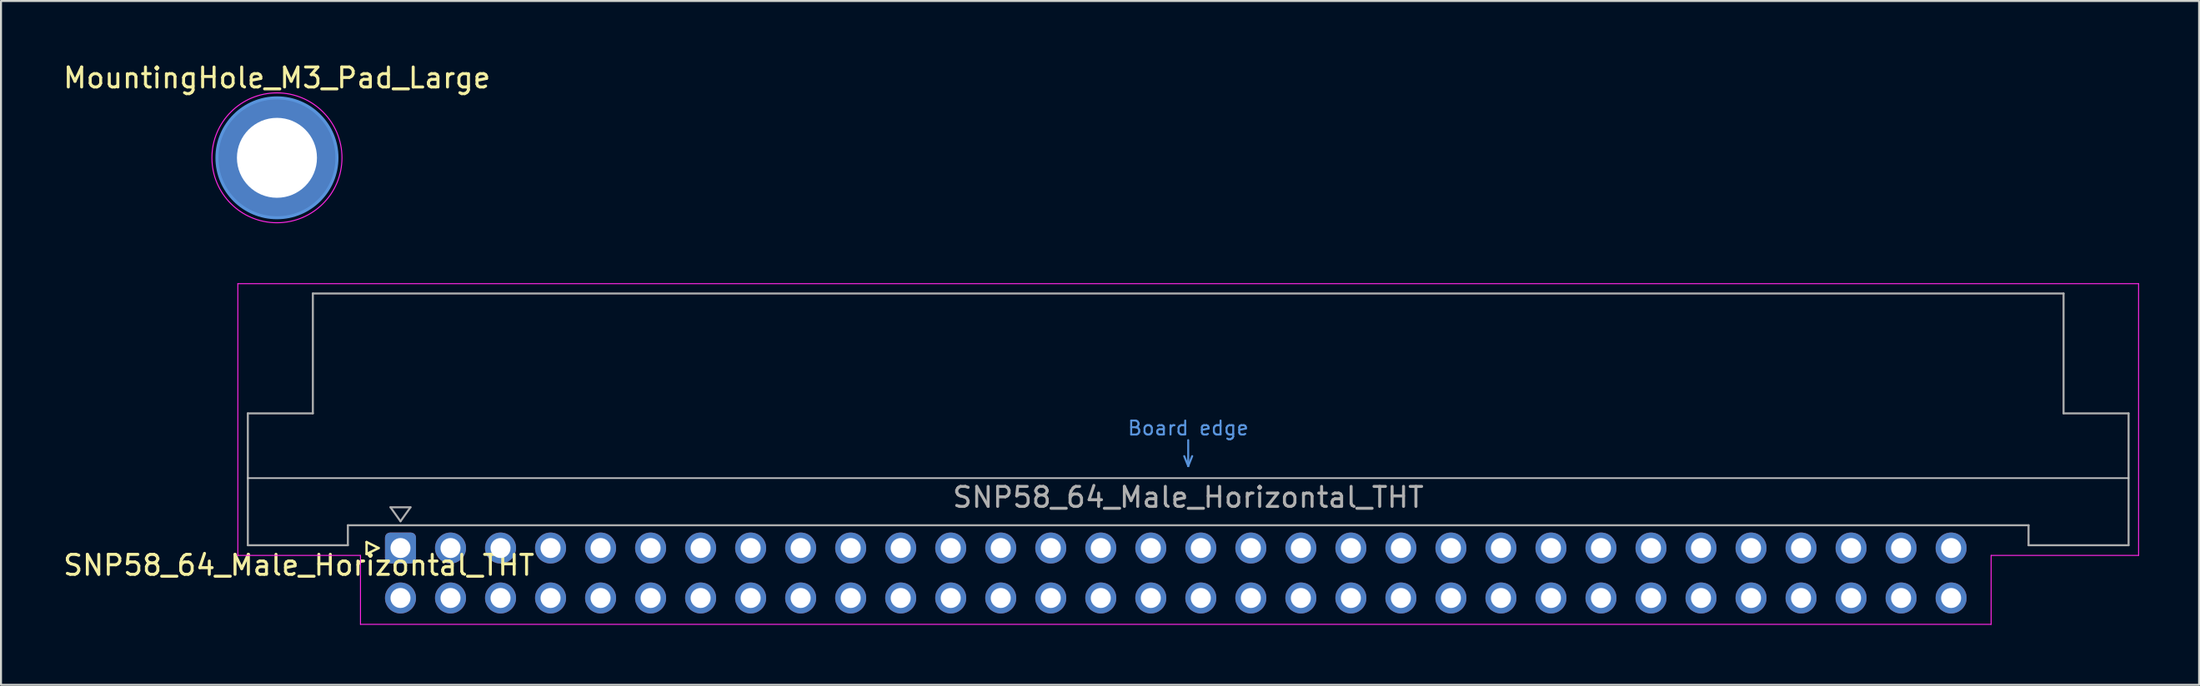
<source format=kicad_pcb>
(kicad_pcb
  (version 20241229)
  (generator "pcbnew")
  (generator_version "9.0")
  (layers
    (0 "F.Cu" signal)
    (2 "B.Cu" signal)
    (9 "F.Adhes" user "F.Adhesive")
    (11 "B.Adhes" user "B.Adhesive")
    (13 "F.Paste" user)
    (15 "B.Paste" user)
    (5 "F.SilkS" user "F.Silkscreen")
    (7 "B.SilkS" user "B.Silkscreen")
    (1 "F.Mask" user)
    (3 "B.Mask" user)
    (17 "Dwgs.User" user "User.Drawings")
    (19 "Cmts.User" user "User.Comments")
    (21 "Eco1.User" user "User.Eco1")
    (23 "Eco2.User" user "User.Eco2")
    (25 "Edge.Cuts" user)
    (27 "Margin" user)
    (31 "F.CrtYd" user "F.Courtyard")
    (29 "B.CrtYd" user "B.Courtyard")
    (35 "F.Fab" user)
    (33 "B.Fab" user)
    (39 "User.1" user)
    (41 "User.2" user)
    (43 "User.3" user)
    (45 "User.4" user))
  (footprint "MountingHole_M3_Pad_Large"
    (layer "F.Cu")
    (at 10.792 4.848)
    (property "Reference" "MountingHole_M3_Pad_Large" (at 0 -4 0) (layer "F.SilkS") (effects (font (size 1 1) (thickness 0.15))))
    (attr exclude_from_pos_files exclude_from_bom)
    (fp_circle (center 0 0) (end 3 0) (stroke (width 0.15) (type solid)) (fill no) (layer "Cmts.User"))
    (fp_circle (center 0 0) (end 3.25 0) (stroke (width 0.05) (type solid)) (fill no) (layer "F.CrtYd"))
    (pad "1" thru_hole circle (at 0 0) (size 6 6) (drill 4) (layers "*.Cu" "*.Mask")))
  (footprint "SNP58_64_Male_Horizontal_THT"
    (layer "F.Cu")
    (at 16.967 24.378)
    (property "Reference" "SNP58_64_Male_Horizontal_THT" (at -5.08 0.86 0) (layer "F.SilkS") (effects (font (size 1 1) (thickness 0.15))))
    (attr through_hole)
    (fp_line (start -1.695 -0.3) (end -1.695 0.3) (stroke (width 0.12) (type solid)) (layer "F.SilkS"))
    (fp_line (start -1.695 0.3) (end -1.095 0) (stroke (width 0.12) (type solid)) (layer "F.SilkS"))
    (fp_line (start -1.095 0) (end -1.695 -0.3) (stroke (width 0.12) (type solid)) (layer "F.SilkS"))
    (fp_line (start -7.63 -3.5) (end 86.37 -3.5) (stroke (width 0.08) (type solid)) (layer "Dwgs.User"))
    (fp_line (start 39.17 -4.6) (end 39.37 -4.1) (stroke (width 0.1) (type solid)) (layer "Cmts.User"))
    (fp_line (start 39.37 -4.1) (end 39.37 -5.4) (stroke (width 0.1) (type solid)) (layer "Cmts.User"))
    (fp_line (start 39.37 -4.1) (end 39.57 -4.6) (stroke (width 0.1) (type solid)) (layer "Cmts.User"))
    (fp_line (start -8.13 -13.23) (end -8.13 0.37) (stroke (width 0.05) (type solid)) (layer "F.CrtYd"))
    (fp_line (start -8.13 0.37) (end -2 0.37) (stroke (width 0.05) (type solid)) (layer "F.CrtYd"))
    (fp_line (start -2 0.37) (end -2 3.82) (stroke (width 0.05) (type solid)) (layer "F.CrtYd"))
    (fp_line (start -2 3.82) (end 79.5 3.82) (stroke (width 0.05) (type solid)) (layer "F.CrtYd"))
    (fp_line (start 79.5 0.37) (end 86.87 0.37) (stroke (width 0.05) (type solid)) (layer "F.CrtYd"))
    (fp_line (start 79.5 3.82) (end 79.5 0.37) (stroke (width 0.05) (type solid)) (layer "F.CrtYd"))
    (fp_line (start 86.87 -13.23) (end -8.13 -13.23) (stroke (width 0.05) (type solid)) (layer "F.CrtYd"))
    (fp_line (start 86.87 0.37) (end 86.87 -13.23) (stroke (width 0.05) (type solid)) (layer "F.CrtYd"))
    (fp_line (start -7.63 -6.74) (end -7.63 -0.14) (stroke (width 0.1) (type solid)) (layer "F.Fab"))
    (fp_line (start -7.63 -0.14) (end -2.63 -0.14) (stroke (width 0.1) (type solid)) (layer "F.Fab"))
    (fp_line (start -4.38 -12.74) (end -4.38 -6.74) (stroke (width 0.1) (type solid)) (layer "F.Fab"))
    (fp_line (start -4.38 -6.74) (end -7.63 -6.74) (stroke (width 0.1) (type solid)) (layer "F.Fab"))
    (fp_line (start -2.63 -1.14) (end 81.37 -1.14) (stroke (width 0.1) (type solid)) (layer "F.Fab"))
    (fp_line (start -2.63 -0.14) (end -2.63 -1.14) (stroke (width 0.1) (type solid)) (layer "F.Fab"))
    (fp_line (start -0.5 -2.04) (end 0.5 -2.04) (stroke (width 0.1) (type solid)) (layer "F.Fab"))
    (fp_line (start 0 -1.34) (end -0.5 -2.04) (stroke (width 0.1) (type solid)) (layer "F.Fab"))
    (fp_line (start 0.5 -2.04) (end 0 -1.34) (stroke (width 0.1) (type solid)) (layer "F.Fab"))
    (fp_line (start 81.37 -1.14) (end 81.37 -0.14) (stroke (width 0.1) (type solid)) (layer "F.Fab"))
    (fp_line (start 81.37 -0.14) (end 86.37 -0.14) (stroke (width 0.1) (type solid)) (layer "F.Fab"))
    (fp_line (start 83.12 -12.74) (end -4.38 -12.74) (stroke (width 0.1) (type solid)) (layer "F.Fab"))
    (fp_line (start 83.12 -6.74) (end 83.12 -12.74) (stroke (width 0.1) (type solid)) (layer "F.Fab"))
    (fp_line (start 86.37 -6.74) (end 83.12 -6.74) (stroke (width 0.1) (type solid)) (layer "F.Fab"))
    (fp_line (start 86.37 -0.14) (end 86.37 -6.74) (stroke (width 0.1) (type solid)) (layer "F.Fab"))
    (fp_text user "Board edge" (at 39.37 -6 0) (layer "Cmts.User") (effects (font (size 0.7 0.7) (thickness 0.1))))
    (fp_text user "${REFERENCE}" (at 39.37 -2.54 0) (layer "F.Fab") (effects (font (size 1 1) (thickness 0.15))))
    (pad "a1" thru_hole circle (at 77.5 0) (size 1.55 1.55) (drill 1) (layers "*.Cu" "*.Mask"))
    (pad "a2" thru_hole circle (at 75 0) (size 1.55 1.55) (drill 1) (layers "*.Cu" "*.Mask"))
    (pad "a3" thru_hole circle (at 72.5 0) (size 1.55 1.55) (drill 1) (layers "*.Cu" "*.Mask"))
    (pad "a4" thru_hole circle (at 70 0) (size 1.55 1.55) (drill 1) (layers "*.Cu" "*.Mask"))
    (pad "a5" thru_hole circle (at 67.5 0) (size 1.55 1.55) (drill 1) (layers "*.Cu" "*.Mask"))
    (pad "a6" thru_hole circle (at 65 0) (size 1.55 1.55) (drill 1) (layers "*.Cu" "*.Mask"))
    (pad "a7" thru_hole circle (at 62.5 0) (size 1.55 1.55) (drill 1) (layers "*.Cu" "*.Mask"))
    (pad "a8" thru_hole circle (at 60 0) (size 1.55 1.55) (drill 1) (layers "*.Cu" "*.Mask"))
    (pad "a9" thru_hole circle (at 57.5 0) (size 1.55 1.55) (drill 1) (layers "*.Cu" "*.Mask"))
    (pad "a10" thru_hole circle (at 55 0) (size 1.55 1.55) (drill 1) (layers "*.Cu" "*.Mask"))
    (pad "a11" thru_hole circle (at 52.5 0) (size 1.55 1.55) (drill 1) (layers "*.Cu" "*.Mask"))
    (pad "a12" thru_hole circle (at 50 0) (size 1.55 1.55) (drill 1) (layers "*.Cu" "*.Mask"))
    (pad "a13" thru_hole circle (at 47.5 0) (size 1.55 1.55) (drill 1) (layers "*.Cu" "*.Mask"))
    (pad "a14" thru_hole circle (at 45 0) (size 1.55 1.55) (drill 1) (layers "*.Cu" "*.Mask"))
    (pad "a15" thru_hole circle (at 42.5 0) (size 1.55 1.55) (drill 1) (layers "*.Cu" "*.Mask"))
    (pad "a16" thru_hole circle (at 40 0) (size 1.55 1.55) (drill 1) (layers "*.Cu" "*.Mask"))
    (pad "a17" thru_hole circle (at 37.5 0) (size 1.55 1.55) (drill 1) (layers "*.Cu" "*.Mask"))
    (pad "a18" thru_hole circle (at 35 0) (size 1.55 1.55) (drill 1) (layers "*.Cu" "*.Mask"))
    (pad "a19" thru_hole circle (at 32.5 0) (size 1.55 1.55) (drill 1) (layers "*.Cu" "*.Mask"))
    (pad "a20" thru_hole circle (at 30 0) (size 1.55 1.55) (drill 1) (layers "*.Cu" "*.Mask"))
    (pad "a21" thru_hole circle (at 27.5 0) (size 1.55 1.55) (drill 1) (layers "*.Cu" "*.Mask"))
    (pad "a22" thru_hole circle (at 25 0) (size 1.55 1.55) (drill 1) (layers "*.Cu" "*.Mask"))
    (pad "a23" thru_hole circle (at 22.5 0) (size 1.55 1.55) (drill 1) (layers "*.Cu" "*.Mask"))
    (pad "a24" thru_hole circle (at 20 0) (size 1.55 1.55) (drill 1) (layers "*.Cu" "*.Mask"))
    (pad "a25" thru_hole circle (at 17.5 0) (size 1.55 1.55) (drill 1) (layers "*.Cu" "*.Mask"))
    (pad "a26" thru_hole circle (at 15 0) (size 1.55 1.55) (drill 1) (layers "*.Cu" "*.Mask"))
    (pad "a27" thru_hole circle (at 12.5 0) (size 1.55 1.55) (drill 1) (layers "*.Cu" "*.Mask"))
    (pad "a28" thru_hole circle (at 10 0) (size 1.55 1.55) (drill 1) (layers "*.Cu" "*.Mask"))
    (pad "a29" thru_hole circle (at 7.5 0) (size 1.55 1.55) (drill 1) (layers "*.Cu" "*.Mask"))
    (pad "a30" thru_hole circle (at 5 0) (size 1.55 1.55) (drill 1) (layers "*.Cu" "*.Mask"))
    (pad "a31" thru_hole circle (at 2.5 0) (size 1.55 1.55) (drill 1) (layers "*.Cu" "*.Mask"))
    (pad "a32" thru_hole roundrect (at 0 0) (size 1.55 1.55) (drill 1) (layers "*.Cu" "*.Mask") (roundrect_rratio 0.161))
    (pad "b1" thru_hole circle (at 77.5 2.5) (size 1.55 1.55) (drill 1) (layers "*.Cu" "*.Mask"))
    (pad "b2" thru_hole circle (at 75 2.5) (size 1.55 1.55) (drill 1) (layers "*.Cu" "*.Mask"))
    (pad "b3" thru_hole circle (at 72.5 2.5) (size 1.55 1.55) (drill 1) (layers "*.Cu" "*.Mask"))
    (pad "b4" thru_hole circle (at 70 2.5) (size 1.55 1.55) (drill 1) (layers "*.Cu" "*.Mask"))
    (pad "b5" thru_hole circle (at 67.5 2.5) (size 1.55 1.55) (drill 1) (layers "*.Cu" "*.Mask"))
    (pad "b6" thru_hole circle (at 65 2.5) (size 1.55 1.55) (drill 1) (layers "*.Cu" "*.Mask"))
    (pad "b7" thru_hole circle (at 62.5 2.5) (size 1.55 1.55) (drill 1) (layers "*.Cu" "*.Mask"))
    (pad "b8" thru_hole circle (at 60 2.5) (size 1.55 1.55) (drill 1) (layers "*.Cu" "*.Mask"))
    (pad "b9" thru_hole circle (at 57.5 2.5) (size 1.55 1.55) (drill 1) (layers "*.Cu" "*.Mask"))
    (pad "b10" thru_hole circle (at 55 2.5) (size 1.55 1.55) (drill 1) (layers "*.Cu" "*.Mask"))
    (pad "b11" thru_hole circle (at 52.5 2.5) (size 1.55 1.55) (drill 1) (layers "*.Cu" "*.Mask"))
    (pad "b12" thru_hole circle (at 50 2.5) (size 1.55 1.55) (drill 1) (layers "*.Cu" "*.Mask"))
    (pad "b13" thru_hole circle (at 47.5 2.5) (size 1.55 1.55) (drill 1) (layers "*.Cu" "*.Mask"))
    (pad "b14" thru_hole circle (at 45 2.5) (size 1.55 1.55) (drill 1) (layers "*.Cu" "*.Mask"))
    (pad "b15" thru_hole circle (at 42.5 2.5) (size 1.55 1.55) (drill 1) (layers "*.Cu" "*.Mask"))
    (pad "b16" thru_hole circle (at 40 2.5) (size 1.55 1.55) (drill 1) (layers "*.Cu" "*.Mask"))
    (pad "b17" thru_hole circle (at 37.5 2.5) (size 1.55 1.55) (drill 1) (layers "*.Cu" "*.Mask"))
    (pad "b18" thru_hole circle (at 35 2.5) (size 1.55 1.55) (drill 1) (layers "*.Cu" "*.Mask"))
    (pad "b19" thru_hole circle (at 32.5 2.5) (size 1.55 1.55) (drill 1) (layers "*.Cu" "*.Mask"))
    (pad "b20" thru_hole circle (at 30 2.5) (size 1.55 1.55) (drill 1) (layers "*.Cu" "*.Mask"))
    (pad "b21" thru_hole circle (at 27.5 2.5) (size 1.55 1.55) (drill 1) (layers "*.Cu" "*.Mask"))
    (pad "b22" thru_hole circle (at 25 2.5) (size 1.55 1.55) (drill 1) (layers "*.Cu" "*.Mask"))
    (pad "b23" thru_hole circle (at 22.5 2.5) (size 1.55 1.55) (drill 1) (layers "*.Cu" "*.Mask"))
    (pad "b24" thru_hole circle (at 20 2.5) (size 1.55 1.55) (drill 1) (layers "*.Cu" "*.Mask"))
    (pad "b25" thru_hole circle (at 17.5 2.5) (size 1.55 1.55) (drill 1) (layers "*.Cu" "*.Mask"))
    (pad "b26" thru_hole circle (at 15 2.5) (size 1.55 1.55) (drill 1) (layers "*.Cu" "*.Mask"))
    (pad "b27" thru_hole circle (at 12.5 2.5) (size 1.55 1.55) (drill 1) (layers "*.Cu" "*.Mask"))
    (pad "b28" thru_hole circle (at 10 2.5) (size 1.55 1.55) (drill 1) (layers "*.Cu" "*.Mask"))
    (pad "b29" thru_hole circle (at 7.5 2.5) (size 1.55 1.55) (drill 1) (layers "*.Cu" "*.Mask"))
    (pad "b30" thru_hole circle (at 5 2.5) (size 1.55 1.55) (drill 1) (layers "*.Cu" "*.Mask"))
    (pad "b31" thru_hole circle (at 2.5 2.5) (size 1.55 1.55) (drill 1) (layers "*.Cu" "*.Mask"))
    (pad "b32" thru_hole circle (at 0 2.5) (size 1.55 1.55) (drill 1) (layers "*.Cu" "*.Mask")))
  (gr_rect
    (start -3 -3)
    (end 106.862 31.223)
    (stroke (width 0.1) (type default))
    (fill no)
    (layer "Edge.Cuts")))
</source>
